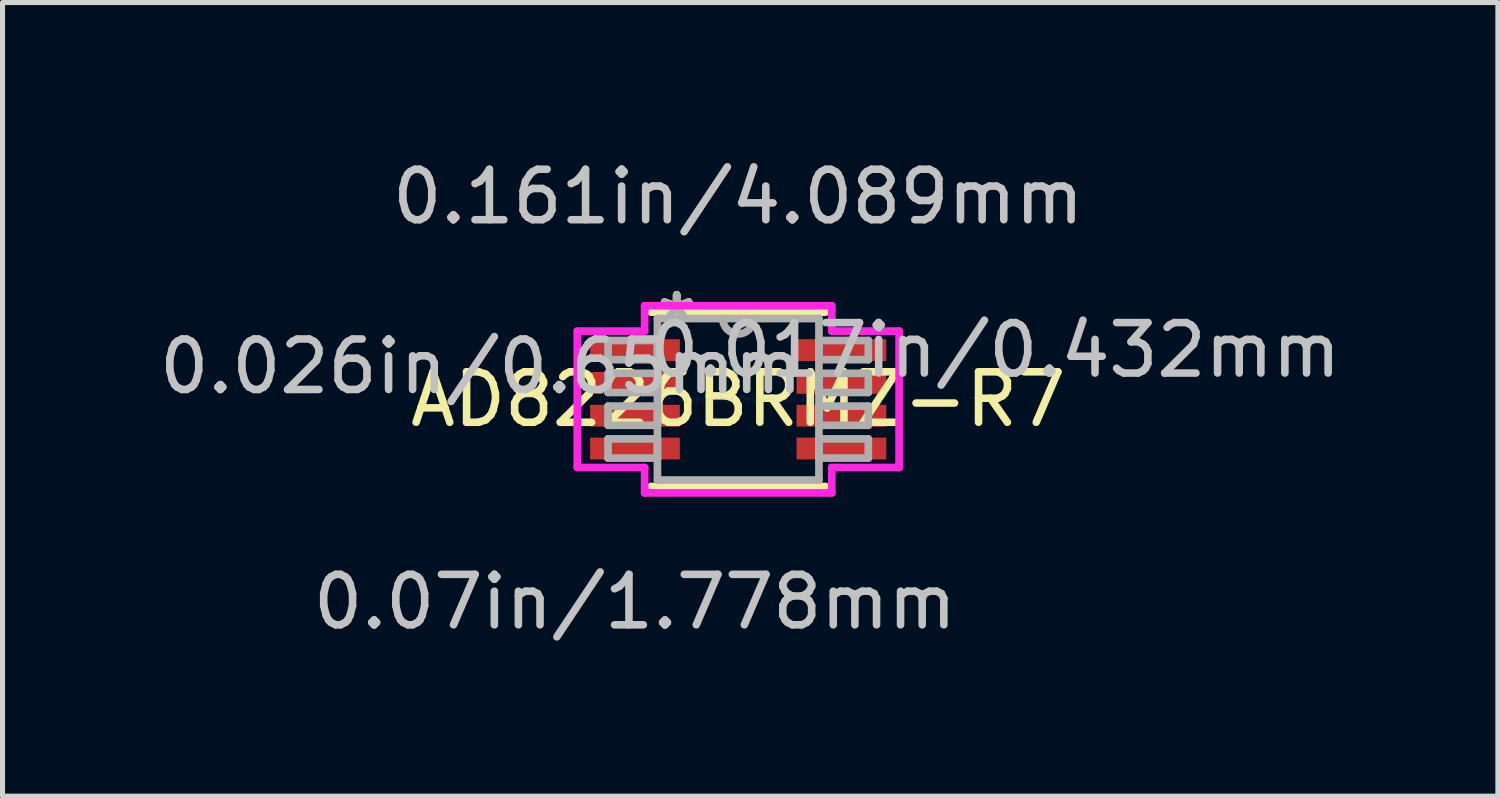
<source format=kicad_pcb>
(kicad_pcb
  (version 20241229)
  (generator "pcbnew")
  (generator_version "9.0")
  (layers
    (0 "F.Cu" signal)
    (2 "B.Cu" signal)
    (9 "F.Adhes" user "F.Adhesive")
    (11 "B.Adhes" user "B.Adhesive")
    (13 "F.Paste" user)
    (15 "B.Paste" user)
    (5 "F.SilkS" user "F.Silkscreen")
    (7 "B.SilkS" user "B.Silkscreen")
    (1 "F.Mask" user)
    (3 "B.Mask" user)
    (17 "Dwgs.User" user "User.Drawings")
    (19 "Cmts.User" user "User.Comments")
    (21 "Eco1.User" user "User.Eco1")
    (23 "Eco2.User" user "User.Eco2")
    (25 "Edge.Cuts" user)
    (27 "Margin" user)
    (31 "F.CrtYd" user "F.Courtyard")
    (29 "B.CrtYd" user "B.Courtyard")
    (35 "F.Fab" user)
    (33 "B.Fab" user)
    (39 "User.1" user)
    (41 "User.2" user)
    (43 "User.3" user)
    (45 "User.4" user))
  (footprint "AD8226BRMZ-R7"
    (layer "F.Cu")
    (at 11.575 4.861)
    (property "Reference" "AD8226BRMZ-R7" (at 0 0 0) (layer "F.SilkS") (effects (font (size 1 1) (thickness 0.15))))
    (attr through_hole)
    (fp_line (start -1.727 1.727) (end 1.727 1.727) (stroke (width 0.152) (type solid)) (layer "F.SilkS"))
    (fp_line (start 1.727 -1.727) (end -1.727 -1.727) (stroke (width 0.152) (type solid)) (layer "F.SilkS"))
    (fp_line (start -3.188 -1.351) (end -1.854 -1.351) (stroke (width 0.152) (type solid)) (layer "F.CrtYd"))
    (fp_line (start -3.188 1.351) (end -3.188 -1.351) (stroke (width 0.152) (type solid)) (layer "F.CrtYd"))
    (fp_line (start -1.854 -1.854) (end 1.854 -1.854) (stroke (width 0.152) (type solid)) (layer "F.CrtYd"))
    (fp_line (start -1.854 -1.351) (end -1.854 -1.854) (stroke (width 0.152) (type solid)) (layer "F.CrtYd"))
    (fp_line (start -1.854 1.351) (end -3.188 1.351) (stroke (width 0.152) (type solid)) (layer "F.CrtYd"))
    (fp_line (start -1.854 1.854) (end -1.854 1.351) (stroke (width 0.152) (type solid)) (layer "F.CrtYd"))
    (fp_line (start 1.854 -1.854) (end 1.854 -1.351) (stroke (width 0.152) (type solid)) (layer "F.CrtYd"))
    (fp_line (start 1.854 -1.351) (end 3.188 -1.351) (stroke (width 0.152) (type solid)) (layer "F.CrtYd"))
    (fp_line (start 1.854 1.351) (end 1.854 1.854) (stroke (width 0.152) (type solid)) (layer "F.CrtYd"))
    (fp_line (start 1.854 1.854) (end -1.854 1.854) (stroke (width 0.152) (type solid)) (layer "F.CrtYd"))
    (fp_line (start 3.188 -1.351) (end 3.188 1.351) (stroke (width 0.152) (type solid)) (layer "F.CrtYd"))
    (fp_line (start 3.188 1.351) (end 1.854 1.351) (stroke (width 0.152) (type solid)) (layer "F.CrtYd"))
    (fp_line (start -2.578 -1.165) (end -2.578 -0.784) (stroke (width 0.152) (type solid)) (layer "F.Fab"))
    (fp_line (start -2.578 -0.784) (end -1.6 -0.784) (stroke (width 0.152) (type solid)) (layer "F.Fab"))
    (fp_line (start -2.578 -0.515) (end -2.578 -0.135) (stroke (width 0.152) (type solid)) (layer "F.Fab"))
    (fp_line (start -2.578 -0.135) (end -1.6 -0.135) (stroke (width 0.152) (type solid)) (layer "F.Fab"))
    (fp_line (start -2.578 0.135) (end -2.578 0.515) (stroke (width 0.152) (type solid)) (layer "F.Fab"))
    (fp_line (start -2.578 0.515) (end -1.6 0.515) (stroke (width 0.152) (type solid)) (layer "F.Fab"))
    (fp_line (start -2.578 0.784) (end -2.578 1.165) (stroke (width 0.152) (type solid)) (layer "F.Fab"))
    (fp_line (start -2.578 1.165) (end -1.6 1.165) (stroke (width 0.152) (type solid)) (layer "F.Fab"))
    (fp_line (start -1.6 -1.6) (end -1.6 1.6) (stroke (width 0.152) (type solid)) (layer "F.Fab"))
    (fp_line (start -1.6 -1.165) (end -2.578 -1.165) (stroke (width 0.152) (type solid)) (layer "F.Fab"))
    (fp_line (start -1.6 -0.784) (end -1.6 -1.165) (stroke (width 0.152) (type solid)) (layer "F.Fab"))
    (fp_line (start -1.6 -0.515) (end -2.578 -0.515) (stroke (width 0.152) (type solid)) (layer "F.Fab"))
    (fp_line (start -1.6 -0.135) (end -1.6 -0.515) (stroke (width 0.152) (type solid)) (layer "F.Fab"))
    (fp_line (start -1.6 0.135) (end -2.578 0.135) (stroke (width 0.152) (type solid)) (layer "F.Fab"))
    (fp_line (start -1.6 0.515) (end -1.6 0.135) (stroke (width 0.152) (type solid)) (layer "F.Fab"))
    (fp_line (start -1.6 0.784) (end -2.578 0.784) (stroke (width 0.152) (type solid)) (layer "F.Fab"))
    (fp_line (start -1.6 1.165) (end -1.6 0.784) (stroke (width 0.152) (type solid)) (layer "F.Fab"))
    (fp_line (start -1.6 1.6) (end 1.6 1.6) (stroke (width 0.152) (type solid)) (layer "F.Fab"))
    (fp_line (start 1.6 -1.6) (end -1.6 -1.6) (stroke (width 0.152) (type solid)) (layer "F.Fab"))
    (fp_line (start 1.6 -1.165) (end 1.6 -0.784) (stroke (width 0.152) (type solid)) (layer "F.Fab"))
    (fp_line (start 1.6 -0.784) (end 2.578 -0.784) (stroke (width 0.152) (type solid)) (layer "F.Fab"))
    (fp_line (start 1.6 -0.515) (end 1.6 -0.135) (stroke (width 0.152) (type solid)) (layer "F.Fab"))
    (fp_line (start 1.6 -0.135) (end 2.578 -0.135) (stroke (width 0.152) (type solid)) (layer "F.Fab"))
    (fp_line (start 1.6 0.135) (end 1.6 0.515) (stroke (width 0.152) (type solid)) (layer "F.Fab"))
    (fp_line (start 1.6 0.515) (end 2.578 0.515) (stroke (width 0.152) (type solid)) (layer "F.Fab"))
    (fp_line (start 1.6 0.784) (end 1.6 1.165) (stroke (width 0.152) (type solid)) (layer "F.Fab"))
    (fp_line (start 1.6 1.165) (end 2.578 1.165) (stroke (width 0.152) (type solid)) (layer "F.Fab"))
    (fp_line (start 1.6 1.6) (end 1.6 -1.6) (stroke (width 0.152) (type solid)) (layer "F.Fab"))
    (fp_line (start 2.578 -1.165) (end 1.6 -1.165) (stroke (width 0.152) (type solid)) (layer "F.Fab"))
    (fp_line (start 2.578 -0.784) (end 2.578 -1.165) (stroke (width 0.152) (type solid)) (layer "F.Fab"))
    (fp_line (start 2.578 -0.515) (end 1.6 -0.515) (stroke (width 0.152) (type solid)) (layer "F.Fab"))
    (fp_line (start 2.578 -0.135) (end 2.578 -0.515) (stroke (width 0.152) (type solid)) (layer "F.Fab"))
    (fp_line (start 2.578 0.135) (end 1.6 0.135) (stroke (width 0.152) (type solid)) (layer "F.Fab"))
    (fp_line (start 2.578 0.515) (end 2.578 0.135) (stroke (width 0.152) (type solid)) (layer "F.Fab"))
    (fp_line (start 2.578 0.784) (end 1.6 0.784) (stroke (width 0.152) (type solid)) (layer "F.Fab"))
    (fp_line (start 2.578 1.165) (end 2.578 0.784) (stroke (width 0.152) (type solid)) (layer "F.Fab"))
    (fp_arc (start 0.3048 -1.6002) (mid 0 -1.2954) (end -0.3048 -1.6002) (stroke (width 0.1524) (type solid)) (layer "F.Fab"))
    (fp_text user "*" (at -1.219 -1.524 0) (layer "F.SilkS") (effects (font (size 1 1) (thickness 0.15))))
    (fp_text user "*" (at -1.219 -1.524 0) (layer "F.SilkS") (effects (font (size 1 1) (thickness 0.15))))
    (fp_text user "0.017in/0.432mm" (at 5.093 -0.975 0) (layer "Dwgs.User") (effects (font (size 1 1) (thickness 0.15))))
    (fp_text user "0.026in/0.65mm" (at -5.093 -0.65 0) (layer "Dwgs.User") (effects (font (size 1 1) (thickness 0.15))))
    (fp_text user "0.161in/4.089mm" (at 0 -4.013 0) (layer "Dwgs.User") (effects (font (size 1 1) (thickness 0.15))))
    (fp_text user "0.07in/1.778mm" (at -2.045 4.013 0) (layer "Dwgs.User") (effects (font (size 1 1) (thickness 0.15))))
    (fp_text user "Copyright 2016 Accelerated Designs. All rights reserved." (at 0 0 0) (layer "Cmts.User") (effects (font (size 0.127 0.127) (thickness 0.002))))
    (fp_text user "*" (at -1.219 -1.524 0) (layer "F.Fab") (effects (font (size 1 1) (thickness 0.15))))
    (fp_text user "*" (at -1.219 -1.524 0) (layer "F.Fab") (effects (font (size 1 1) (thickness 0.15))))
    (pad "1" smd rect (at -2.045 -0.975) (size 1.778 0.432) (layers "F.Cu" "F.Mask" "F.Paste"))
    (pad "2" smd rect (at -2.045 -0.325) (size 1.778 0.432) (layers "F.Cu" "F.Mask" "F.Paste"))
    (pad "3" smd rect (at -2.045 0.325) (size 1.778 0.432) (layers "F.Cu" "F.Mask" "F.Paste"))
    (pad "4" smd rect (at -2.045 0.975) (size 1.778 0.432) (layers "F.Cu" "F.Mask" "F.Paste"))
    (pad "5" smd rect (at 2.045 0.975) (size 1.778 0.432) (layers "F.Cu" "F.Mask" "F.Paste"))
    (pad "6" smd rect (at 2.045 0.325) (size 1.778 0.432) (layers "F.Cu" "F.Mask" "F.Paste"))
    (pad "7" smd rect (at 2.045 -0.325) (size 1.778 0.432) (layers "F.Cu" "F.Mask" "F.Paste"))
    (pad "8" smd rect (at 2.045 -0.975) (size 1.778 0.432) (layers "F.Cu" "F.Mask" "F.Paste")))
  (gr_rect
    (start -3 -3)
    (end 26.626 12.723)
    (stroke (width 0.1) (type default))
    (fill no)
    (layer "Edge.Cuts")))
</source>
